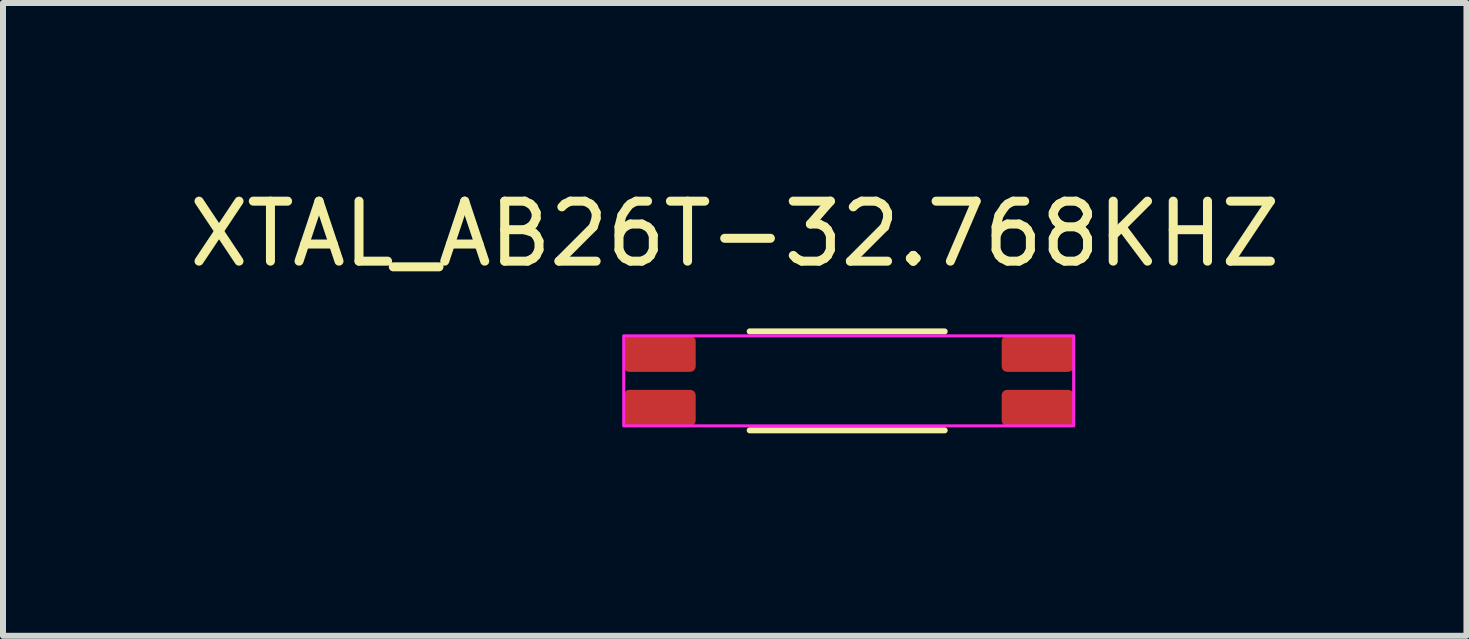
<source format=kicad_pcb>
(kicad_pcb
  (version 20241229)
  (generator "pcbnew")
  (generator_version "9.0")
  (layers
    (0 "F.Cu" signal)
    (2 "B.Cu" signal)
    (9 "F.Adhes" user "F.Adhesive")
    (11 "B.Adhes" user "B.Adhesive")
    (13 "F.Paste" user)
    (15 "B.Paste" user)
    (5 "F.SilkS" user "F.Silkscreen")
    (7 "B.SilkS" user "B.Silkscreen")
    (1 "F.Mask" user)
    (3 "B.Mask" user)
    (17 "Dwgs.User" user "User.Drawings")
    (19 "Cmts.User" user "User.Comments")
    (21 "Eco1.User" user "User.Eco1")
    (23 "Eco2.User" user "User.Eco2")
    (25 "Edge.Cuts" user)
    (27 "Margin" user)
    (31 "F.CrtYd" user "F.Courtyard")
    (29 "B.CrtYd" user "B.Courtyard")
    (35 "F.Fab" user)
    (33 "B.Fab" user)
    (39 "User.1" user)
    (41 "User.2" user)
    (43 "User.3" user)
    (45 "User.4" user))
  (footprint "XTAL_AB26T-32.768KHZ"
    (layer "F.Cu")
    (at 7.946 2.848)
    (property "Reference" "XTAL_AB26T-32.768KHZ" (at 1.25 -2 0) (layer "F.SilkS") (effects (font (size 1 1) (thickness 0.15))))
    (attr smd)
    (fp_line (start 1.5 -0.374) (end 4.75 -0.374) (stroke (width 0.1) (type default)) (layer "F.SilkS"))
    (fp_line (start 1.5 1.275) (end 4.75 1.275) (stroke (width 0.1) (type default)) (layer "F.SilkS"))
    (fp_rect (start -0.6 -0.3) (end 6.9 1.2) (stroke (width 0.05) (type default)) (fill no) (layer "F.CrtYd"))
    (pad "1" smd roundrect (at 0 0.9) (size 1.2 0.6) (layers "F.Cu" "F.Mask" "F.Paste") (roundrect_rratio 0.15))
    (pad "2" smd roundrect (at 6.3 0.9) (size 1.2 0.6) (layers "F.Cu" "F.Mask" "F.Paste") (roundrect_rratio 0.15))
    (pad "3" smd roundrect (at 6.3 0) (size 1.2 0.6) (layers "F.Cu" "F.Mask" "F.Paste") (roundrect_rratio 0.15))
    (pad "4" smd roundrect (at 0 0) (size 1.2 0.6) (layers "F.Cu" "F.Mask" "F.Paste") (roundrect_rratio 0.15))
    (zone (net_name "") (layers "F.Cu" "F.CrtYd") (name "Oscillator keep out zone") (hatch edge 0.5) (connect_pads) (min_thickness 0.25) (filled_areas_thickness no) (keepout (tracks allowed) (vias allowed) (pads allowed) (copperpour not_allowed) (footprints allowed)) (placement (enabled no)) (fill) (polygon (pts (xy 15.346 2.048) (xy 15.346 4.548) (xy 6.846 4.548) (xy 6.846 2.048))))
    (zone (net_name "") (layers "B.Cu" "B.CrtYd") (name "Oscillator keep out zone") (hatch edge 0.5) (connect_pads) (min_thickness 0.25) (filled_areas_thickness no) (keepout (tracks not_allowed) (vias not_allowed) (pads not_allowed) (copperpour not_allowed) (footprints not_allowed)) (placement (enabled no)) (fill) (polygon (pts (xy 6.846 2.048) (xy 6.846 4.548) (xy 15.346 4.548) (xy 15.346 2.048)))))
  (gr_rect
    (start -3 -3)
    (end 21.393 7.548)
    (stroke (width 0.1) (type default))
    (fill no)
    (layer "Edge.Cuts")))
</source>
